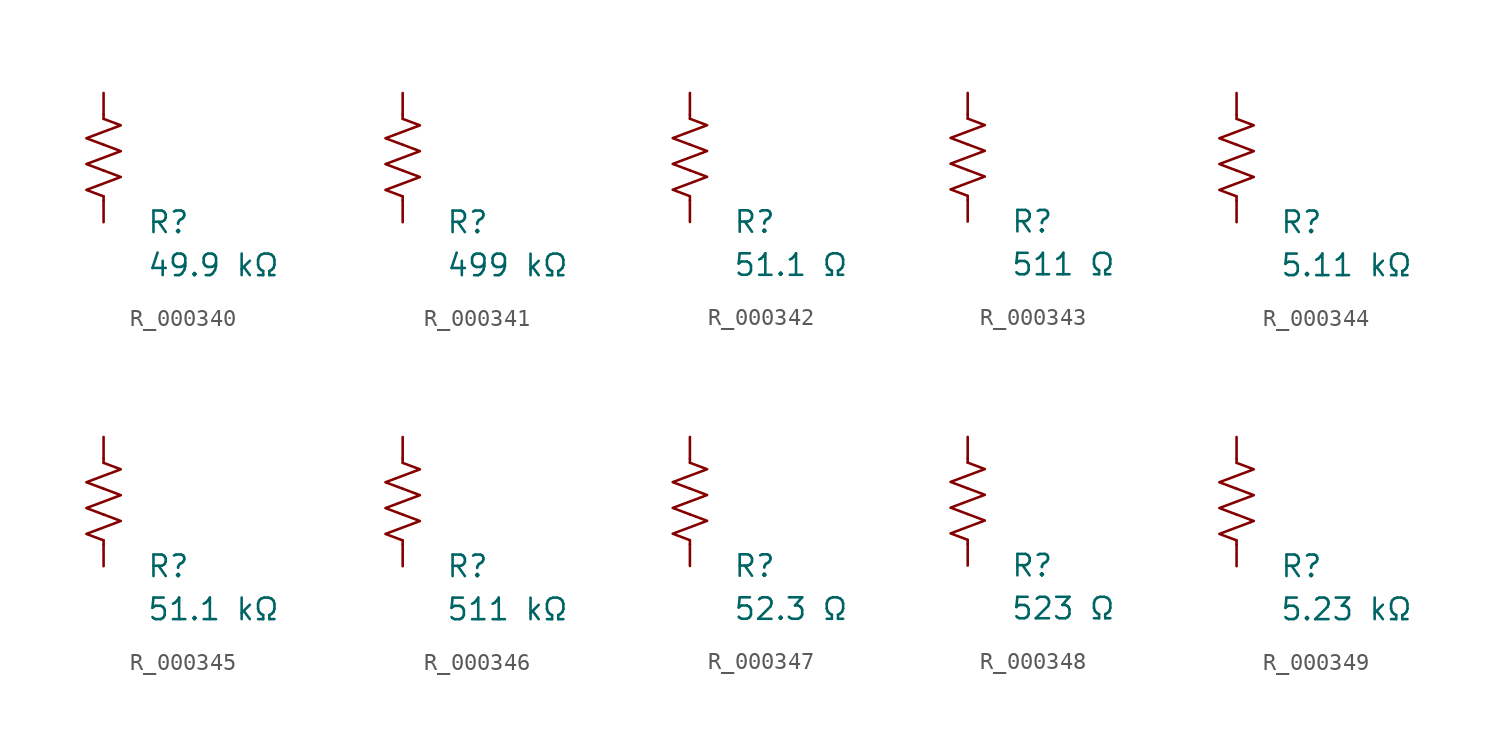
<source format=kicad_sym>
(kicad_symbol_lib
  (version 20231120)
  (generator "kicad_symbol_editor")
  (generator_version "8.0")
  (symbol "R_000340"
    (pin_numbers hide)
    (pin_names
      (offset 0))
    (property "Reference" "R"
      (at 2.54 -3.81 0)
      (effects (font (size 1.27 1.27)) (justify left))
      (show_name no))
    (property "Value" "49.9 kΩ"
      (at 2.54 -6.35 0)
      (effects (font (size 1.27 1.27)) (justify left))
      (show_name no))
    (symbol "R_000340_0_1"
      (polyline (pts (xy 0 -2.286) (xy 0 -2.54)) (stroke (width 0) (type default)) (fill (type none)))
      (polyline (pts (xy 0 2.286) (xy 0 2.54)) (stroke (width 0) (type default)) (fill (type none)))
      (polyline (pts (xy 0 -0.762) (xy 1.016 -1.143) (xy 0 -1.524) (xy -1.016 -1.905) (xy 0 -2.286)) (stroke (width 0) (type default)) (fill (type none)))
      (polyline (pts (xy 0 0.762) (xy 1.016 0.381) (xy 0 0) (xy -1.016 -0.381) (xy 0 -0.762)) (stroke (width 0) (type default)) (fill (type none)))
      (polyline (pts (xy 0 2.286) (xy 1.016 1.905) (xy 0 1.524) (xy -1.016 1.143) (xy 0 0.762)) (stroke (width 0) (type default)) (fill (type none))))
    (symbol "R_000340_1_1"
      (pin passive line (at 0 3.81 270) (length 1.27) (name "~" (effects (font (size 1.27 1.27)))) (number "1" (effects (font (size 1.27 1.27)))))
      (pin passive line (at 0 -3.81 90) (length 1.27) (name "~" (effects (font (size 1.27 1.27)))) (number "2" (effects (font (size 1.27 1.27)))))))
  (symbol "R_000341"
    (pin_numbers hide)
    (pin_names
      (offset 0))
    (property "Reference" "R"
      (at 2.54 -3.81 0)
      (effects (font (size 1.27 1.27)) (justify left))
      (show_name no))
    (property "Value" "499 kΩ"
      (at 2.54 -6.35 0)
      (effects (font (size 1.27 1.27)) (justify left))
      (show_name no))
    (symbol "R_000341_0_1"
      (polyline (pts (xy 0 -2.286) (xy 0 -2.54)) (stroke (width 0) (type default)) (fill (type none)))
      (polyline (pts (xy 0 2.286) (xy 0 2.54)) (stroke (width 0) (type default)) (fill (type none)))
      (polyline (pts (xy 0 -0.762) (xy 1.016 -1.143) (xy 0 -1.524) (xy -1.016 -1.905) (xy 0 -2.286)) (stroke (width 0) (type default)) (fill (type none)))
      (polyline (pts (xy 0 0.762) (xy 1.016 0.381) (xy 0 0) (xy -1.016 -0.381) (xy 0 -0.762)) (stroke (width 0) (type default)) (fill (type none)))
      (polyline (pts (xy 0 2.286) (xy 1.016 1.905) (xy 0 1.524) (xy -1.016 1.143) (xy 0 0.762)) (stroke (width 0) (type default)) (fill (type none))))
    (symbol "R_000341_1_1"
      (pin passive line (at 0 3.81 270) (length 1.27) (name "~" (effects (font (size 1.27 1.27)))) (number "1" (effects (font (size 1.27 1.27)))))
      (pin passive line (at 0 -3.81 90) (length 1.27) (name "~" (effects (font (size 1.27 1.27)))) (number "2" (effects (font (size 1.27 1.27)))))))
  (symbol "R_000342"
    (pin_numbers hide)
    (pin_names
      (offset 0))
    (property "Reference" "R"
      (at 2.54 -3.81 0)
      (effects (font (size 1.27 1.27)) (justify left))
      (show_name no))
    (property "Value" "51.1 Ω"
      (at 2.54 -6.35 0)
      (effects (font (size 1.27 1.27)) (justify left))
      (show_name no))
    (symbol "R_000342_0_1"
      (polyline (pts (xy 0 -2.286) (xy 0 -2.54)) (stroke (width 0) (type default)) (fill (type none)))
      (polyline (pts (xy 0 2.286) (xy 0 2.54)) (stroke (width 0) (type default)) (fill (type none)))
      (polyline (pts (xy 0 -0.762) (xy 1.016 -1.143) (xy 0 -1.524) (xy -1.016 -1.905) (xy 0 -2.286)) (stroke (width 0) (type default)) (fill (type none)))
      (polyline (pts (xy 0 0.762) (xy 1.016 0.381) (xy 0 0) (xy -1.016 -0.381) (xy 0 -0.762)) (stroke (width 0) (type default)) (fill (type none)))
      (polyline (pts (xy 0 2.286) (xy 1.016 1.905) (xy 0 1.524) (xy -1.016 1.143) (xy 0 0.762)) (stroke (width 0) (type default)) (fill (type none))))
    (symbol "R_000342_1_1"
      (pin passive line (at 0 3.81 270) (length 1.27) (name "~" (effects (font (size 1.27 1.27)))) (number "1" (effects (font (size 1.27 1.27)))))
      (pin passive line (at 0 -3.81 90) (length 1.27) (name "~" (effects (font (size 1.27 1.27)))) (number "2" (effects (font (size 1.27 1.27)))))))
  (symbol "R_000343"
    (pin_numbers hide)
    (pin_names
      (offset 0))
    (property "Reference" "R"
      (at 2.54 -3.81 0)
      (effects (font (size 1.27 1.27)) (justify left))
      (show_name no))
    (property "Value" "511 Ω"
      (at 2.54 -6.35 0)
      (effects (font (size 1.27 1.27)) (justify left))
      (show_name no))
    (symbol "R_000343_0_1"
      (polyline (pts (xy 0 -2.286) (xy 0 -2.54)) (stroke (width 0) (type default)) (fill (type none)))
      (polyline (pts (xy 0 2.286) (xy 0 2.54)) (stroke (width 0) (type default)) (fill (type none)))
      (polyline (pts (xy 0 -0.762) (xy 1.016 -1.143) (xy 0 -1.524) (xy -1.016 -1.905) (xy 0 -2.286)) (stroke (width 0) (type default)) (fill (type none)))
      (polyline (pts (xy 0 0.762) (xy 1.016 0.381) (xy 0 0) (xy -1.016 -0.381) (xy 0 -0.762)) (stroke (width 0) (type default)) (fill (type none)))
      (polyline (pts (xy 0 2.286) (xy 1.016 1.905) (xy 0 1.524) (xy -1.016 1.143) (xy 0 0.762)) (stroke (width 0) (type default)) (fill (type none))))
    (symbol "R_000343_1_1"
      (pin passive line (at 0 3.81 270) (length 1.27) (name "~" (effects (font (size 1.27 1.27)))) (number "1" (effects (font (size 1.27 1.27)))))
      (pin passive line (at 0 -3.81 90) (length 1.27) (name "~" (effects (font (size 1.27 1.27)))) (number "2" (effects (font (size 1.27 1.27)))))))
  (symbol "R_000344"
    (pin_numbers hide)
    (pin_names
      (offset 0))
    (property "Reference" "R"
      (at 2.54 -3.81 0)
      (effects (font (size 1.27 1.27)) (justify left))
      (show_name no))
    (property "Value" "5.11 kΩ"
      (at 2.54 -6.35 0)
      (effects (font (size 1.27 1.27)) (justify left))
      (show_name no))
    (symbol "R_000344_0_1"
      (polyline (pts (xy 0 -2.286) (xy 0 -2.54)) (stroke (width 0) (type default)) (fill (type none)))
      (polyline (pts (xy 0 2.286) (xy 0 2.54)) (stroke (width 0) (type default)) (fill (type none)))
      (polyline (pts (xy 0 -0.762) (xy 1.016 -1.143) (xy 0 -1.524) (xy -1.016 -1.905) (xy 0 -2.286)) (stroke (width 0) (type default)) (fill (type none)))
      (polyline (pts (xy 0 0.762) (xy 1.016 0.381) (xy 0 0) (xy -1.016 -0.381) (xy 0 -0.762)) (stroke (width 0) (type default)) (fill (type none)))
      (polyline (pts (xy 0 2.286) (xy 1.016 1.905) (xy 0 1.524) (xy -1.016 1.143) (xy 0 0.762)) (stroke (width 0) (type default)) (fill (type none))))
    (symbol "R_000344_1_1"
      (pin passive line (at 0 3.81 270) (length 1.27) (name "~" (effects (font (size 1.27 1.27)))) (number "1" (effects (font (size 1.27 1.27)))))
      (pin passive line (at 0 -3.81 90) (length 1.27) (name "~" (effects (font (size 1.27 1.27)))) (number "2" (effects (font (size 1.27 1.27)))))))
  (symbol "R_000345"
    (pin_numbers hide)
    (pin_names
      (offset 0))
    (property "Reference" "R"
      (at 2.54 -3.81 0)
      (effects (font (size 1.27 1.27)) (justify left))
      (show_name no))
    (property "Value" "51.1 kΩ"
      (at 2.54 -6.35 0)
      (effects (font (size 1.27 1.27)) (justify left))
      (show_name no))
    (symbol "R_000345_0_1"
      (polyline (pts (xy 0 -2.286) (xy 0 -2.54)) (stroke (width 0) (type default)) (fill (type none)))
      (polyline (pts (xy 0 2.286) (xy 0 2.54)) (stroke (width 0) (type default)) (fill (type none)))
      (polyline (pts (xy 0 -0.762) (xy 1.016 -1.143) (xy 0 -1.524) (xy -1.016 -1.905) (xy 0 -2.286)) (stroke (width 0) (type default)) (fill (type none)))
      (polyline (pts (xy 0 0.762) (xy 1.016 0.381) (xy 0 0) (xy -1.016 -0.381) (xy 0 -0.762)) (stroke (width 0) (type default)) (fill (type none)))
      (polyline (pts (xy 0 2.286) (xy 1.016 1.905) (xy 0 1.524) (xy -1.016 1.143) (xy 0 0.762)) (stroke (width 0) (type default)) (fill (type none))))
    (symbol "R_000345_1_1"
      (pin passive line (at 0 3.81 270) (length 1.27) (name "~" (effects (font (size 1.27 1.27)))) (number "1" (effects (font (size 1.27 1.27)))))
      (pin passive line (at 0 -3.81 90) (length 1.27) (name "~" (effects (font (size 1.27 1.27)))) (number "2" (effects (font (size 1.27 1.27)))))))
  (symbol "R_000346"
    (pin_numbers hide)
    (pin_names
      (offset 0))
    (property "Reference" "R"
      (at 2.54 -3.81 0)
      (effects (font (size 1.27 1.27)) (justify left))
      (show_name no))
    (property "Value" "511 kΩ"
      (at 2.54 -6.35 0)
      (effects (font (size 1.27 1.27)) (justify left))
      (show_name no))
    (symbol "R_000346_0_1"
      (polyline (pts (xy 0 -2.286) (xy 0 -2.54)) (stroke (width 0) (type default)) (fill (type none)))
      (polyline (pts (xy 0 2.286) (xy 0 2.54)) (stroke (width 0) (type default)) (fill (type none)))
      (polyline (pts (xy 0 -0.762) (xy 1.016 -1.143) (xy 0 -1.524) (xy -1.016 -1.905) (xy 0 -2.286)) (stroke (width 0) (type default)) (fill (type none)))
      (polyline (pts (xy 0 0.762) (xy 1.016 0.381) (xy 0 0) (xy -1.016 -0.381) (xy 0 -0.762)) (stroke (width 0) (type default)) (fill (type none)))
      (polyline (pts (xy 0 2.286) (xy 1.016 1.905) (xy 0 1.524) (xy -1.016 1.143) (xy 0 0.762)) (stroke (width 0) (type default)) (fill (type none))))
    (symbol "R_000346_1_1"
      (pin passive line (at 0 3.81 270) (length 1.27) (name "~" (effects (font (size 1.27 1.27)))) (number "1" (effects (font (size 1.27 1.27)))))
      (pin passive line (at 0 -3.81 90) (length 1.27) (name "~" (effects (font (size 1.27 1.27)))) (number "2" (effects (font (size 1.27 1.27)))))))
  (symbol "R_000347"
    (pin_numbers hide)
    (pin_names
      (offset 0))
    (property "Reference" "R"
      (at 2.54 -3.81 0)
      (effects (font (size 1.27 1.27)) (justify left))
      (show_name no))
    (property "Value" "52.3 Ω"
      (at 2.54 -6.35 0)
      (effects (font (size 1.27 1.27)) (justify left))
      (show_name no))
    (symbol "R_000347_0_1"
      (polyline (pts (xy 0 -2.286) (xy 0 -2.54)) (stroke (width 0) (type default)) (fill (type none)))
      (polyline (pts (xy 0 2.286) (xy 0 2.54)) (stroke (width 0) (type default)) (fill (type none)))
      (polyline (pts (xy 0 -0.762) (xy 1.016 -1.143) (xy 0 -1.524) (xy -1.016 -1.905) (xy 0 -2.286)) (stroke (width 0) (type default)) (fill (type none)))
      (polyline (pts (xy 0 0.762) (xy 1.016 0.381) (xy 0 0) (xy -1.016 -0.381) (xy 0 -0.762)) (stroke (width 0) (type default)) (fill (type none)))
      (polyline (pts (xy 0 2.286) (xy 1.016 1.905) (xy 0 1.524) (xy -1.016 1.143) (xy 0 0.762)) (stroke (width 0) (type default)) (fill (type none))))
    (symbol "R_000347_1_1"
      (pin passive line (at 0 3.81 270) (length 1.27) (name "~" (effects (font (size 1.27 1.27)))) (number "1" (effects (font (size 1.27 1.27)))))
      (pin passive line (at 0 -3.81 90) (length 1.27) (name "~" (effects (font (size 1.27 1.27)))) (number "2" (effects (font (size 1.27 1.27)))))))
  (symbol "R_000348"
    (pin_numbers hide)
    (pin_names
      (offset 0))
    (property "Reference" "R"
      (at 2.54 -3.81 0)
      (effects (font (size 1.27 1.27)) (justify left))
      (show_name no))
    (property "Value" "523 Ω"
      (at 2.54 -6.35 0)
      (effects (font (size 1.27 1.27)) (justify left))
      (show_name no))
    (symbol "R_000348_0_1"
      (polyline (pts (xy 0 -2.286) (xy 0 -2.54)) (stroke (width 0) (type default)) (fill (type none)))
      (polyline (pts (xy 0 2.286) (xy 0 2.54)) (stroke (width 0) (type default)) (fill (type none)))
      (polyline (pts (xy 0 -0.762) (xy 1.016 -1.143) (xy 0 -1.524) (xy -1.016 -1.905) (xy 0 -2.286)) (stroke (width 0) (type default)) (fill (type none)))
      (polyline (pts (xy 0 0.762) (xy 1.016 0.381) (xy 0 0) (xy -1.016 -0.381) (xy 0 -0.762)) (stroke (width 0) (type default)) (fill (type none)))
      (polyline (pts (xy 0 2.286) (xy 1.016 1.905) (xy 0 1.524) (xy -1.016 1.143) (xy 0 0.762)) (stroke (width 0) (type default)) (fill (type none))))
    (symbol "R_000348_1_1"
      (pin passive line (at 0 3.81 270) (length 1.27) (name "~" (effects (font (size 1.27 1.27)))) (number "1" (effects (font (size 1.27 1.27)))))
      (pin passive line (at 0 -3.81 90) (length 1.27) (name "~" (effects (font (size 1.27 1.27)))) (number "2" (effects (font (size 1.27 1.27)))))))
  (symbol "R_000349"
    (pin_numbers hide)
    (pin_names
      (offset 0))
    (property "Reference" "R"
      (at 2.54 -3.81 0)
      (effects (font (size 1.27 1.27)) (justify left))
      (show_name no))
    (property "Value" "5.23 kΩ"
      (at 2.54 -6.35 0)
      (effects (font (size 1.27 1.27)) (justify left))
      (show_name no))
    (symbol "R_000349_0_1"
      (polyline (pts (xy 0 -2.286) (xy 0 -2.54)) (stroke (width 0) (type default)) (fill (type none)))
      (polyline (pts (xy 0 2.286) (xy 0 2.54)) (stroke (width 0) (type default)) (fill (type none)))
      (polyline (pts (xy 0 -0.762) (xy 1.016 -1.143) (xy 0 -1.524) (xy -1.016 -1.905) (xy 0 -2.286)) (stroke (width 0) (type default)) (fill (type none)))
      (polyline (pts (xy 0 0.762) (xy 1.016 0.381) (xy 0 0) (xy -1.016 -0.381) (xy 0 -0.762)) (stroke (width 0) (type default)) (fill (type none)))
      (polyline (pts (xy 0 2.286) (xy 1.016 1.905) (xy 0 1.524) (xy -1.016 1.143) (xy 0 0.762)) (stroke (width 0) (type default)) (fill (type none))))
    (symbol "R_000349_1_1"
      (pin passive line (at 0 3.81 270) (length 1.27) (name "~" (effects (font (size 1.27 1.27)))) (number "1" (effects (font (size 1.27 1.27)))))
      (pin passive line (at 0 -3.81 90) (length 1.27) (name "~" (effects (font (size 1.27 1.27)))) (number "2" (effects (font (size 1.27 1.27))))))))
</source>
